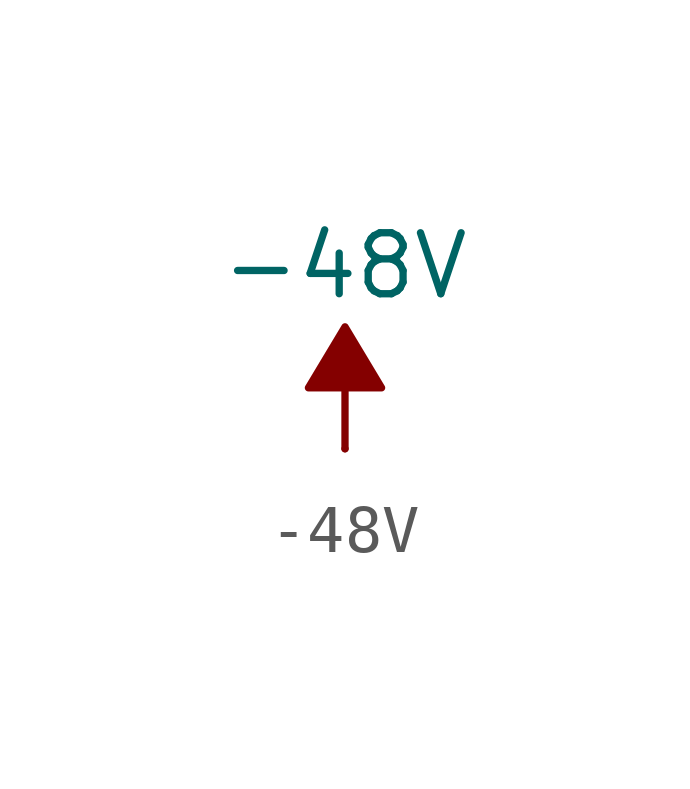
<source format=kicad_sym>
(kicad_symbol_lib
  (version 20231120)
  (generator "kicad_symbol_editor")
  (generator_version "8.0")
  (symbol "-48V"
    (power)
    (pin_numbers hide)
    (pin_names
      (offset 0) hide)
    (property "Reference" "#PWR"
      (at 0 2.54 0)
      (effects (font (size 1.27 1.27)) (hide yes)))
    (property "Value" "-48V"
      (at 0 3.81 0)
      (effects (font (size 1.27 1.27))))
    (symbol "-48V_0_0"
      (pin power_in line (at 0 0 90) (length 0) (name "~" (effects (font (size 1.27 1.27)))) (number "1" (effects (font (size 1.27 1.27))))))
    (symbol "-48V_0_1"
      (polyline (pts (xy 0 0) (xy 0 1.27) (xy 0.762 1.27) (xy 0 2.54) (xy -0.762 1.27) (xy 0 1.27)) (stroke (width 0) (type default)) (fill (type outline))))))
</source>
